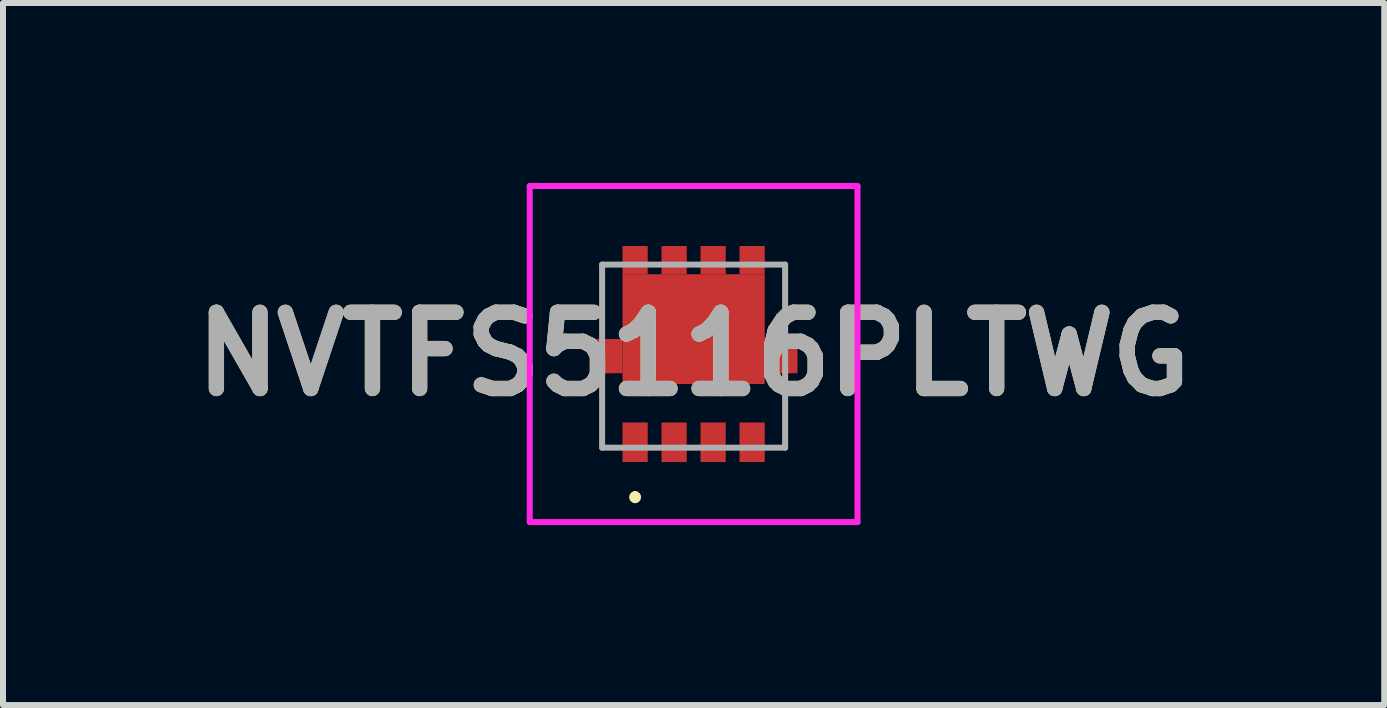
<source format=kicad_pcb>
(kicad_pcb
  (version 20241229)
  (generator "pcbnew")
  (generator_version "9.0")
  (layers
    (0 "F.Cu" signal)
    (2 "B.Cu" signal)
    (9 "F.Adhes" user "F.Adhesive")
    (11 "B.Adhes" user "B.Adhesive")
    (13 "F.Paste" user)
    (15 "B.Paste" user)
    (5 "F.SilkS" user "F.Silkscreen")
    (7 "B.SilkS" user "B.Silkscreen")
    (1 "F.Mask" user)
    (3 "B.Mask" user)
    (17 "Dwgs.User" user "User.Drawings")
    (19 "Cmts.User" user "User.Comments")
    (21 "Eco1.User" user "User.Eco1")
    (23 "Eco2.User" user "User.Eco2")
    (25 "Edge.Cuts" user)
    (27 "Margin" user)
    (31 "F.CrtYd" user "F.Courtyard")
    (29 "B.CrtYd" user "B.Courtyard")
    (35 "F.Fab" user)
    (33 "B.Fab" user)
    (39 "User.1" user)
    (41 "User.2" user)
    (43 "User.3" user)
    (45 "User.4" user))
  (footprint "NVTFS5116PLTWG"
    (layer "F.Cu")
    (at 8.509 2.885)
    (property "Reference" "NVTFS5116PLTWG" (at 0 -0.035 0) (layer "F.SilkS") (effects (font (size 1.27 1.27) (thickness 0.254))))
    (attr smd)
    (fp_line (start -0.975 2.3) (end -0.975 2.3) (stroke (width 0.1) (type solid)) (layer "F.SilkS"))
    (fp_line (start -0.975 2.4) (end -0.975 2.4) (stroke (width 0.1) (type solid)) (layer "F.SilkS"))
    (fp_arc (start -0.975 2.3) (mid -0.925 2.35) (end -0.975 2.4) (stroke (width 0.1) (type solid)) (layer "F.SilkS"))
    (fp_arc (start -0.975 2.4) (mid -1.025 2.35) (end -0.975 2.3) (stroke (width 0.1) (type solid)) (layer "F.SilkS"))
    (fp_line (start -2.731 -2.835) (end 2.731 -2.835) (stroke (width 0.1) (type solid)) (layer "F.CrtYd"))
    (fp_line (start -2.731 2.765) (end -2.731 -2.835) (stroke (width 0.1) (type solid)) (layer "F.CrtYd"))
    (fp_line (start 2.731 -2.835) (end 2.731 2.765) (stroke (width 0.1) (type solid)) (layer "F.CrtYd"))
    (fp_line (start 2.731 2.765) (end -2.731 2.765) (stroke (width 0.1) (type solid)) (layer "F.CrtYd"))
    (fp_line (start -1.525 -1.525) (end 1.525 -1.525) (stroke (width 0.1) (type solid)) (layer "F.Fab"))
    (fp_line (start -1.525 1.525) (end -1.525 -1.525) (stroke (width 0.1) (type solid)) (layer "F.Fab"))
    (fp_line (start 1.525 -1.525) (end 1.525 1.525) (stroke (width 0.1) (type solid)) (layer "F.Fab"))
    (fp_line (start 1.525 1.525) (end -1.525 1.525) (stroke (width 0.1) (type solid)) (layer "F.Fab"))
    (fp_text user "${REFERENCE}" (at 0 -0.035 0) (layer "F.Fab") (effects (font (size 1.27 1.27) (thickness 0.254))))
    (pad "1" smd rect (at -0.975 1.435) (size 0.42 0.66) (layers "F.Cu" "F.Mask" "F.Paste"))
    (pad "2" smd rect (at -0.325 1.435) (size 0.42 0.66) (layers "F.Cu" "F.Mask" "F.Paste"))
    (pad "3" smd rect (at 0.325 1.435) (size 0.42 0.66) (layers "F.Cu" "F.Mask" "F.Paste"))
    (pad "4" smd rect (at 0.975 1.435) (size 0.42 0.66) (layers "F.Cu" "F.Mask" "F.Paste"))
    (pad "5" smd rect (at 0.975 -1.6) (size 0.42 0.47) (layers "F.Cu" "F.Mask" "F.Paste"))
    (pad "6" smd rect (at 0.325 -1.6) (size 0.42 0.47) (layers "F.Cu" "F.Mask" "F.Paste"))
    (pad "7" smd rect (at -0.325 -1.6) (size 0.42 0.47) (layers "F.Cu" "F.Mask" "F.Paste"))
    (pad "8" smd rect (at -0.975 -1.6) (size 0.42 0.47) (layers "F.Cu" "F.Mask" "F.Paste"))
    (pad "9" smd rect (at 0 -0.45 90) (size 1.83 2.37) (layers "F.Cu" "F.Mask" "F.Paste"))
    (pad "10" smd rect (at -1.458 0) (size 0.545 0.57) (layers "F.Cu" "F.Mask" "F.Paste"))
    (pad "11" smd rect (at 1.458 0) (size 0.545 0.57) (layers "F.Cu" "F.Mask" "F.Paste")))
  (gr_rect
    (start -3 -3)
    (end 20.018 8.7)
    (stroke (width 0.1) (type default))
    (fill no)
    (layer "Edge.Cuts")))
</source>
